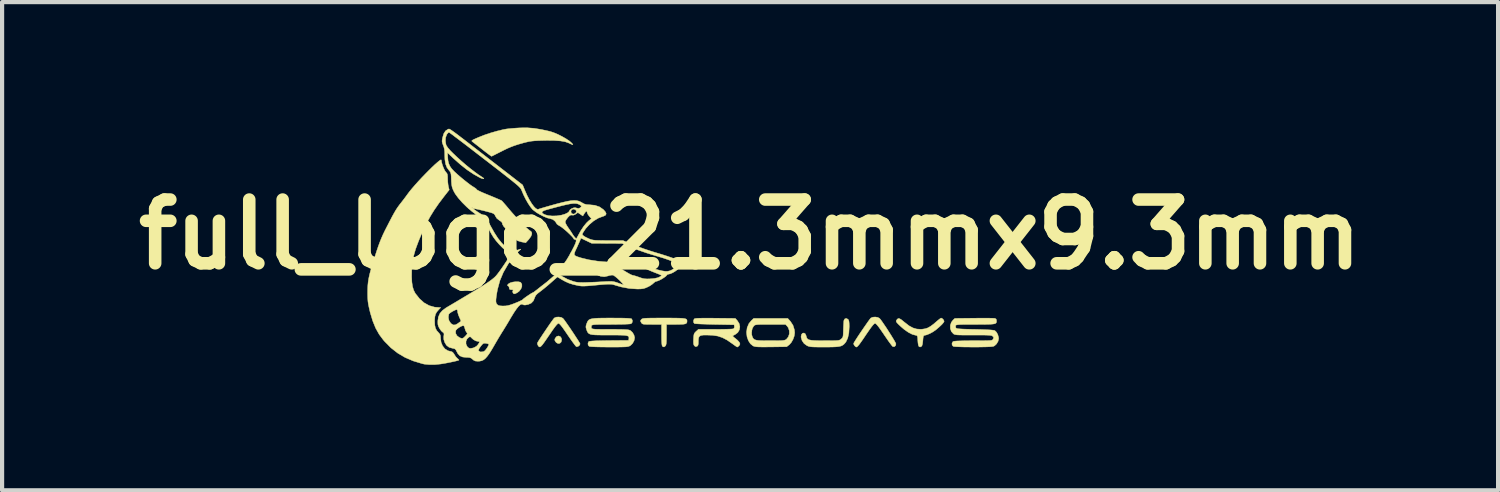
<source format=kicad_pcb>
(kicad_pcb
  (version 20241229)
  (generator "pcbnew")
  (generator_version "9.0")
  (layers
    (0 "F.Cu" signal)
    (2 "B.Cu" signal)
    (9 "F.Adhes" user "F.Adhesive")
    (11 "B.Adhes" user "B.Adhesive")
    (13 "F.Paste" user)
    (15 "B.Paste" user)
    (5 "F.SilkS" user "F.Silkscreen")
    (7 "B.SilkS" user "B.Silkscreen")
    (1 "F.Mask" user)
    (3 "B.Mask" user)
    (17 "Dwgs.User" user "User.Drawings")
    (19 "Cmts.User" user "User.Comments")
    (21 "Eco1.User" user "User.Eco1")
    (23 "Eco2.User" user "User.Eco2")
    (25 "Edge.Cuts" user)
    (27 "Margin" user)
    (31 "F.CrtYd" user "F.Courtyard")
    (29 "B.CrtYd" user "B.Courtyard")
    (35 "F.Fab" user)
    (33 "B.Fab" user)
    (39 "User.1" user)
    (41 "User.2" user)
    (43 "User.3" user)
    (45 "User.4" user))
  (footprint "full_logo_21.3mmx9.3mm"
    (layer "F.Cu")
    (at 14.884 2.556)
    (property "Reference" "full_logo_21.3mmx9.3mm" (at 0 0 0) (layer "F.SilkS") (effects (font (size 1.524 1.524) (thickness 0.3))))
    (attr through_hole)
    (fp_poly (pts (xy -4.539 2.441) (xy -4.512 2.478) (xy -4.504 2.521) (xy -4.517 2.572) (xy -4.548 2.602) (xy -4.59 2.608) (xy -4.632 2.586) (xy -4.651 2.563) (xy -4.67 2.528) (xy -4.667 2.499) (xy -4.655 2.475) (xy -4.62 2.436) (xy -4.578 2.426) (xy -4.539 2.441)) (stroke (width 0.01) (type solid)) (fill yes) (layer "F.SilkS"))
    (fp_poly (pts (xy -5.496 1.14) (xy -5.482 1.148) (xy -5.457 1.19) (xy -5.456 1.244) (xy -5.478 1.301) (xy -5.519 1.355) (xy -5.56 1.387) (xy -5.61 1.414) (xy -5.642 1.42) (xy -5.663 1.405) (xy -5.671 1.391) (xy -5.678 1.356) (xy -5.668 1.34) (xy -5.663 1.327) (xy -5.685 1.321) (xy -5.703 1.321) (xy -5.741 1.317) (xy -5.756 1.3) (xy -5.757 1.28) (xy -5.768 1.245) (xy -5.786 1.229) (xy -5.803 1.218) (xy -5.797 1.203) (xy -5.777 1.181) (xy -5.737 1.157) (xy -5.677 1.139) (xy -5.609 1.13) (xy -5.545 1.13) (xy -5.496 1.14)) (stroke (width 0.01) (type solid)) (fill yes) (layer "F.SilkS"))
    (fp_poly (pts (xy -1.907 1.998) (xy -1.787 1.999) (xy -1.693 2.001) (xy -1.623 2.004) (xy -1.573 2.01) (xy -1.54 2.018) (xy -1.521 2.028) (xy -1.511 2.043) (xy -1.507 2.061) (xy -1.507 2.074) (xy -1.51 2.103) (xy -1.523 2.124) (xy -1.55 2.138) (xy -1.597 2.146) (xy -1.667 2.149) (xy -1.766 2.151) (xy -1.773 2.151) (xy -1.998 2.151) (xy -1.998 2.395) (xy -1.999 2.495) (xy -2.001 2.567) (xy -2.005 2.615) (xy -2.013 2.646) (xy -2.023 2.664) (xy -2.025 2.666) (xy -2.056 2.689) (xy -2.081 2.685) (xy -2.096 2.672) (xy -2.106 2.648) (xy -2.112 2.594) (xy -2.116 2.51) (xy -2.117 2.401) (xy -2.117 2.151) (xy -2.345 2.151) (xy -2.437 2.15) (xy -2.501 2.149) (xy -2.543 2.146) (xy -2.569 2.139) (xy -2.585 2.129) (xy -2.598 2.113) (xy -2.601 2.108) (xy -2.619 2.075) (xy -2.616 2.053) (xy -2.599 2.032) (xy -2.589 2.022) (xy -2.575 2.015) (xy -2.554 2.009) (xy -2.523 2.005) (xy -2.476 2.002) (xy -2.41 2) (xy -2.323 1.999) (xy -2.209 1.998) (xy -2.065 1.998) (xy -2.058 1.998) (xy -1.907 1.998)) (stroke (width 0.01) (type solid)) (fill yes) (layer "F.SilkS"))
    (fp_poly (pts (xy -4.517 1.982) (xy -4.474 2.005) (xy -4.473 2.007) (xy -4.451 2.033) (xy -4.416 2.081) (xy -4.371 2.145) (xy -4.319 2.22) (xy -4.265 2.3) (xy -4.211 2.381) (xy -4.161 2.458) (xy -4.117 2.525) (xy -4.085 2.577) (xy -4.067 2.609) (xy -4.064 2.617) (xy -4.077 2.648) (xy -4.108 2.674) (xy -4.142 2.684) (xy -4.156 2.68) (xy -4.174 2.662) (xy -4.206 2.62) (xy -4.251 2.559) (xy -4.304 2.484) (xy -4.362 2.4) (xy -4.365 2.395) (xy -4.435 2.293) (xy -4.489 2.217) (xy -4.53 2.166) (xy -4.559 2.136) (xy -4.579 2.125) (xy -4.58 2.125) (xy -4.599 2.134) (xy -4.627 2.162) (xy -4.667 2.211) (xy -4.721 2.285) (xy -4.789 2.385) (xy -4.796 2.395) (xy -4.867 2.499) (xy -4.922 2.578) (xy -4.963 2.634) (xy -4.994 2.669) (xy -5.018 2.687) (xy -5.036 2.689) (xy -5.052 2.679) (xy -5.068 2.659) (xy -5.069 2.657) (xy -5.085 2.619) (xy -5.084 2.593) (xy -5.07 2.567) (xy -5.04 2.519) (xy -4.998 2.454) (xy -4.949 2.379) (xy -4.894 2.298) (xy -4.839 2.217) (xy -4.787 2.141) (xy -4.741 2.076) (xy -4.705 2.027) (xy -4.684 2) (xy -4.681 1.997) (xy -4.635 1.977) (xy -4.576 1.973) (xy -4.517 1.982)) (stroke (width 0.01) (type solid)) (fill yes) (layer "F.SilkS"))
    (fp_poly (pts (xy 3.052 1.982) (xy 3.096 2.006) (xy 3.097 2.007) (xy 3.124 2.039) (xy 3.162 2.092) (xy 3.209 2.161) (xy 3.262 2.239) (xy 3.315 2.322) (xy 3.367 2.404) (xy 3.414 2.48) (xy 3.452 2.544) (xy 3.478 2.592) (xy 3.488 2.617) (xy 3.488 2.618) (xy 3.477 2.659) (xy 3.449 2.683) (xy 3.415 2.681) (xy 3.412 2.68) (xy 3.394 2.662) (xy 3.362 2.62) (xy 3.317 2.559) (xy 3.264 2.483) (xy 3.206 2.399) (xy 3.204 2.395) (xy 3.134 2.293) (xy 3.08 2.217) (xy 3.039 2.166) (xy 3.01 2.136) (xy 2.99 2.125) (xy 2.989 2.125) (xy 2.97 2.134) (xy 2.942 2.161) (xy 2.902 2.211) (xy 2.85 2.283) (xy 2.781 2.383) (xy 2.773 2.395) (xy 2.705 2.496) (xy 2.652 2.572) (xy 2.612 2.627) (xy 2.582 2.662) (xy 2.561 2.683) (xy 2.544 2.691) (xy 2.538 2.692) (xy 2.521 2.681) (xy 2.498 2.659) (xy 2.479 2.626) (xy 2.478 2.601) (xy 2.492 2.575) (xy 2.522 2.527) (xy 2.563 2.463) (xy 2.613 2.387) (xy 2.668 2.306) (xy 2.724 2.224) (xy 2.777 2.148) (xy 2.823 2.082) (xy 2.86 2.031) (xy 2.883 2.002) (xy 2.887 1.998) (xy 2.933 1.978) (xy 2.993 1.973) (xy 3.052 1.982)) (stroke (width 0.01) (type solid)) (fill yes) (layer "F.SilkS"))
    (fp_poly (pts (xy 4.598 2.012) (xy 4.626 2.042) (xy 4.64 2.075) (xy 4.64 2.077) (xy 4.626 2.105) (xy 4.587 2.151) (xy 4.523 2.211) (xy 4.444 2.279) (xy 4.374 2.328) (xy 4.295 2.371) (xy 4.22 2.401) (xy 4.181 2.41) (xy 4.159 2.416) (xy 4.146 2.431) (xy 4.139 2.462) (xy 4.133 2.518) (xy 4.132 2.538) (xy 4.123 2.616) (xy 4.109 2.663) (xy 4.098 2.676) (xy 4.066 2.691) (xy 4.043 2.682) (xy 4.033 2.671) (xy 4.023 2.643) (xy 4.015 2.593) (xy 4.01 2.532) (xy 4.007 2.471) (xy 4.001 2.436) (xy 3.99 2.418) (xy 3.969 2.411) (xy 3.954 2.409) (xy 3.876 2.387) (xy 3.785 2.34) (xy 3.687 2.272) (xy 3.603 2.2) (xy 3.546 2.146) (xy 3.511 2.109) (xy 3.495 2.083) (xy 3.494 2.064) (xy 3.498 2.056) (xy 3.521 2.024) (xy 3.545 2.009) (xy 3.575 2.013) (xy 3.617 2.038) (xy 3.675 2.085) (xy 3.701 2.106) (xy 3.802 2.184) (xy 3.894 2.234) (xy 3.985 2.261) (xy 4.082 2.267) (xy 4.115 2.265) (xy 4.187 2.254) (xy 4.251 2.233) (xy 4.314 2.197) (xy 4.387 2.143) (xy 4.439 2.098) (xy 4.492 2.053) (xy 4.535 2.019) (xy 4.564 2) (xy 4.569 1.998) (xy 4.598 2.012)) (stroke (width 0.01) (type solid)) (fill yes) (layer "F.SilkS"))
    (fp_poly (pts (xy -5.164 -2.538) (xy -4.987 -2.509) (xy -4.789 -2.465) (xy -4.78 -2.463) (xy -4.695 -2.435) (xy -4.597 -2.394) (xy -4.496 -2.343) (xy -4.401 -2.289) (xy -4.322 -2.236) (xy -4.286 -2.206) (xy -4.248 -2.169) (xy -4.236 -2.149) (xy -4.25 -2.148) (xy -4.291 -2.165) (xy -4.343 -2.19) (xy -4.424 -2.218) (xy -4.537 -2.237) (xy -4.682 -2.247) (xy -4.86 -2.249) (xy -4.947 -2.247) (xy -5.061 -2.244) (xy -5.15 -2.239) (xy -5.222 -2.232) (xy -5.287 -2.222) (xy -5.352 -2.207) (xy -5.427 -2.188) (xy -5.429 -2.187) (xy -5.539 -2.156) (xy -5.631 -2.126) (xy -5.714 -2.095) (xy -5.799 -2.059) (xy -5.896 -2.012) (xy -5.981 -1.969) (xy -6.054 -1.932) (xy -6.115 -1.901) (xy -6.159 -1.879) (xy -6.18 -1.869) (xy -6.181 -1.869) (xy -6.196 -1.878) (xy -6.233 -1.904) (xy -6.287 -1.945) (xy -6.354 -1.996) (xy -6.392 -2.026) (xy -6.466 -2.084) (xy -6.534 -2.137) (xy -6.589 -2.18) (xy -6.625 -2.208) (xy -6.634 -2.215) (xy -6.65 -2.228) (xy -6.654 -2.239) (xy -6.644 -2.251) (xy -6.614 -2.268) (xy -6.562 -2.292) (xy -6.49 -2.323) (xy -6.354 -2.377) (xy -6.202 -2.428) (xy -6.049 -2.472) (xy -5.905 -2.507) (xy -5.825 -2.522) (xy -5.764 -2.529) (xy -5.68 -2.537) (xy -5.585 -2.544) (xy -5.495 -2.549) (xy -5.331 -2.551) (xy -5.164 -2.538)) (stroke (width 0.01) (type solid)) (fill yes) (layer "F.SilkS"))
    (fp_poly (pts (xy 2.339 2.026) (xy 2.355 2.045) (xy 2.364 2.074) (xy 2.369 2.12) (xy 2.371 2.192) (xy 2.371 2.209) (xy 2.362 2.356) (xy 2.336 2.475) (xy 2.293 2.567) (xy 2.274 2.592) (xy 2.245 2.624) (xy 2.214 2.648) (xy 2.178 2.666) (xy 2.13 2.678) (xy 2.067 2.686) (xy 1.983 2.69) (xy 1.873 2.692) (xy 1.774 2.692) (xy 1.656 2.692) (xy 1.567 2.691) (xy 1.501 2.689) (xy 1.452 2.685) (xy 1.416 2.678) (xy 1.388 2.67) (xy 1.36 2.657) (xy 1.358 2.656) (xy 1.291 2.607) (xy 1.243 2.538) (xy 1.22 2.46) (xy 1.219 2.441) (xy 1.23 2.39) (xy 1.256 2.361) (xy 1.289 2.356) (xy 1.32 2.375) (xy 1.34 2.42) (xy 1.349 2.457) (xy 1.363 2.486) (xy 1.385 2.507) (xy 1.42 2.521) (xy 1.472 2.531) (xy 1.545 2.536) (xy 1.643 2.539) (xy 1.771 2.54) (xy 1.781 2.54) (xy 1.899 2.54) (xy 1.987 2.539) (xy 2.052 2.537) (xy 2.097 2.534) (xy 2.128 2.529) (xy 2.149 2.521) (xy 2.166 2.51) (xy 2.179 2.499) (xy 2.2 2.48) (xy 2.214 2.459) (xy 2.223 2.43) (xy 2.227 2.386) (xy 2.23 2.318) (xy 2.231 2.275) (xy 2.234 2.196) (xy 2.238 2.126) (xy 2.241 2.076) (xy 2.244 2.055) (xy 2.265 2.018) (xy 2.3 2.007) (xy 2.339 2.026)) (stroke (width 0.01) (type solid)) (fill yes) (layer "F.SilkS"))
    (fp_poly (pts (xy 0.965 2.078) (xy 1.026 2.171) (xy 1.06 2.279) (xy 1.067 2.352) (xy 1.056 2.428) (xy 1.027 2.509) (xy 0.985 2.583) (xy 0.938 2.636) (xy 0.936 2.637) (xy 0.875 2.684) (xy 0.501 2.689) (xy 0.377 2.69) (xy 0.282 2.69) (xy 0.211 2.689) (xy 0.16 2.686) (xy 0.123 2.681) (xy 0.095 2.674) (xy 0.073 2.665) (xy 0.068 2.662) (xy 0.008 2.613) (xy -0.04 2.539) (xy -0.072 2.449) (xy -0.084 2.351) (xy -0.084 2.346) (xy -0.081 2.317) (xy 0.038 2.317) (xy 0.039 2.391) (xy 0.051 2.439) (xy 0.066 2.471) (xy 0.083 2.496) (xy 0.108 2.514) (xy 0.144 2.526) (xy 0.196 2.534) (xy 0.268 2.538) (xy 0.366 2.54) (xy 0.484 2.54) (xy 0.601 2.54) (xy 0.688 2.539) (xy 0.752 2.537) (xy 0.797 2.533) (xy 0.827 2.527) (xy 0.849 2.519) (xy 0.866 2.508) (xy 0.869 2.506) (xy 0.915 2.449) (xy 0.939 2.377) (xy 0.938 2.3) (xy 0.913 2.228) (xy 0.888 2.193) (xy 0.848 2.151) (xy 0.486 2.151) (xy 0.367 2.151) (xy 0.277 2.151) (xy 0.211 2.153) (xy 0.165 2.156) (xy 0.134 2.161) (xy 0.114 2.168) (xy 0.099 2.178) (xy 0.086 2.192) (xy 0.086 2.192) (xy 0.054 2.246) (xy 0.038 2.317) (xy -0.081 2.317) (xy -0.07 2.229) (xy -0.027 2.129) (xy 0.033 2.057) (xy 0.087 2.007) (xy 0.901 2.007) (xy 0.965 2.078)) (stroke (width 0.01) (type solid)) (fill yes) (layer "F.SilkS"))
    (fp_poly (pts (xy -0.84 2.002) (xy -0.83 2.002) (xy -0.353 2.007) (xy -0.304 2.061) (xy -0.26 2.131) (xy -0.244 2.207) (xy -0.256 2.28) (xy -0.293 2.344) (xy -0.353 2.39) (xy -0.391 2.41) (xy -0.414 2.424) (xy -0.416 2.425) (xy -0.408 2.438) (xy -0.379 2.465) (xy -0.349 2.488) (xy -0.302 2.527) (xy -0.266 2.566) (xy -0.253 2.584) (xy -0.241 2.618) (xy -0.252 2.646) (xy -0.262 2.658) (xy -0.289 2.684) (xy -0.305 2.692) (xy -0.323 2.683) (xy -0.361 2.657) (xy -0.411 2.621) (xy -0.426 2.61) (xy -0.547 2.526) (xy -0.659 2.467) (xy -0.772 2.429) (xy -0.898 2.41) (xy -1.033 2.405) (xy -1.119 2.406) (xy -1.176 2.415) (xy -1.211 2.435) (xy -1.229 2.469) (xy -1.236 2.523) (xy -1.236 2.558) (xy -1.238 2.617) (xy -1.246 2.652) (xy -1.263 2.671) (xy -1.269 2.675) (xy -1.302 2.682) (xy -1.33 2.664) (xy -1.344 2.642) (xy -1.352 2.609) (xy -1.354 2.556) (xy -1.352 2.502) (xy -1.348 2.433) (xy -1.341 2.389) (xy -1.329 2.359) (xy -1.307 2.334) (xy -1.291 2.318) (xy -1.236 2.269) (xy -0.825 2.269) (xy -0.71 2.268) (xy -0.605 2.266) (xy -0.516 2.264) (xy -0.447 2.261) (xy -0.404 2.257) (xy -0.392 2.254) (xy -0.377 2.228) (xy -0.375 2.199) (xy -0.381 2.159) (xy -0.847 2.151) (xy -0.97 2.148) (xy -1.082 2.144) (xy -1.179 2.141) (xy -1.256 2.137) (xy -1.309 2.133) (xy -1.333 2.129) (xy -1.333 2.128) (xy -1.351 2.1) (xy -1.352 2.058) (xy -1.337 2.022) (xy -1.331 2.016) (xy -1.312 2.01) (xy -1.271 2.005) (xy -1.206 2.002) (xy -1.114 2.001) (xy -0.992 2) (xy -0.84 2.002)) (stroke (width 0.01) (type solid)) (fill yes) (layer "F.SilkS"))
    (fp_poly (pts (xy 5.692 2.001) (xy 5.772 2.002) (xy 5.828 2.004) (xy 5.855 2.006) (xy 5.884 2.024) (xy 5.893 2.063) (xy 5.892 2.088) (xy 5.887 2.108) (xy 5.875 2.123) (xy 5.851 2.134) (xy 5.813 2.141) (xy 5.756 2.146) (xy 5.678 2.149) (xy 5.573 2.15) (xy 5.44 2.151) (xy 5.389 2.151) (xy 5.251 2.151) (xy 5.143 2.151) (xy 5.061 2.153) (xy 5.002 2.155) (xy 4.961 2.159) (xy 4.936 2.163) (xy 4.922 2.17) (xy 4.916 2.178) (xy 4.916 2.178) (xy 4.915 2.215) (xy 4.922 2.233) (xy 4.932 2.242) (xy 4.95 2.249) (xy 4.98 2.254) (xy 5.027 2.258) (xy 5.095 2.262) (xy 5.187 2.265) (xy 5.307 2.268) (xy 5.378 2.269) (xy 5.537 2.273) (xy 5.662 2.278) (xy 5.756 2.283) (xy 5.818 2.29) (xy 5.851 2.297) (xy 5.852 2.298) (xy 5.891 2.336) (xy 5.923 2.394) (xy 5.941 2.46) (xy 5.944 2.491) (xy 5.93 2.554) (xy 5.894 2.616) (xy 5.845 2.662) (xy 5.818 2.675) (xy 5.787 2.68) (xy 5.727 2.685) (xy 5.647 2.688) (xy 5.55 2.69) (xy 5.442 2.692) (xy 5.33 2.692) (xy 5.217 2.691) (xy 5.111 2.69) (xy 5.016 2.687) (xy 4.938 2.684) (xy 4.883 2.68) (xy 4.856 2.674) (xy 4.856 2.674) (xy 4.831 2.643) (xy 4.828 2.602) (xy 4.847 2.566) (xy 4.859 2.558) (xy 4.886 2.552) (xy 4.945 2.547) (xy 5.033 2.544) (xy 5.145 2.541) (xy 5.281 2.54) (xy 5.341 2.54) (xy 5.476 2.54) (xy 5.581 2.539) (xy 5.66 2.538) (xy 5.718 2.536) (xy 5.757 2.533) (xy 5.782 2.528) (xy 5.796 2.521) (xy 5.805 2.512) (xy 5.808 2.507) (xy 5.823 2.475) (xy 5.819 2.453) (xy 5.798 2.431) (xy 5.786 2.422) (xy 5.766 2.416) (xy 5.733 2.411) (xy 5.685 2.408) (xy 5.617 2.406) (xy 5.525 2.405) (xy 5.404 2.405) (xy 5.338 2.405) (xy 5.205 2.405) (xy 5.101 2.405) (xy 5.023 2.404) (xy 4.965 2.402) (xy 4.925 2.398) (xy 4.897 2.392) (xy 4.877 2.385) (xy 4.862 2.375) (xy 4.861 2.374) (xy 4.812 2.319) (xy 4.788 2.248) (xy 4.788 2.172) (xy 4.813 2.099) (xy 4.852 2.048) (xy 4.896 2.007) (xy 5.356 2.002) (xy 5.48 2.001) (xy 5.593 2) (xy 5.692 2.001)) (stroke (width 0.01) (type solid)) (fill yes) (layer "F.SilkS"))
    (fp_poly (pts (xy -3.157 1.999) (xy -3.039 2) (xy -2.95 2.003) (xy -2.887 2.007) (xy -2.848 2.012) (xy -2.831 2.018) (xy -2.813 2.057) (xy -2.817 2.1) (xy -2.841 2.132) (xy -2.844 2.133) (xy -2.871 2.139) (xy -2.93 2.143) (xy -3.017 2.147) (xy -3.13 2.149) (xy -3.266 2.15) (xy -3.326 2.151) (xy -3.461 2.151) (xy -3.567 2.151) (xy -3.647 2.153) (xy -3.704 2.155) (xy -3.743 2.159) (xy -3.768 2.164) (xy -3.782 2.17) (xy -3.79 2.179) (xy -3.791 2.181) (xy -3.797 2.224) (xy -3.791 2.24) (xy -3.783 2.249) (xy -3.769 2.256) (xy -3.744 2.261) (xy -3.705 2.265) (xy -3.647 2.267) (xy -3.566 2.268) (xy -3.46 2.269) (xy -3.342 2.269) (xy -3.207 2.269) (xy -3.101 2.27) (xy -3.021 2.272) (xy -2.962 2.275) (xy -2.92 2.279) (xy -2.89 2.285) (xy -2.869 2.293) (xy -2.86 2.298) (xy -2.812 2.342) (xy -2.776 2.403) (xy -2.76 2.466) (xy -2.76 2.471) (xy -2.774 2.541) (xy -2.811 2.607) (xy -2.863 2.657) (xy -2.865 2.658) (xy -2.884 2.668) (xy -2.905 2.676) (xy -2.933 2.682) (xy -2.972 2.687) (xy -3.027 2.689) (xy -3.101 2.691) (xy -3.199 2.692) (xy -3.325 2.692) (xy -3.37 2.692) (xy -3.51 2.691) (xy -3.631 2.689) (xy -3.728 2.686) (xy -3.798 2.682) (xy -3.84 2.677) (xy -3.848 2.674) (xy -3.872 2.643) (xy -3.876 2.601) (xy -3.86 2.564) (xy -3.855 2.559) (xy -3.83 2.553) (xy -3.77 2.547) (xy -3.678 2.542) (xy -3.552 2.539) (xy -3.393 2.536) (xy -3.368 2.536) (xy -2.904 2.532) (xy -2.898 2.49) (xy -2.897 2.465) (xy -2.902 2.445) (xy -2.918 2.43) (xy -2.947 2.42) (xy -2.994 2.412) (xy -3.063 2.408) (xy -3.155 2.406) (xy -3.276 2.405) (xy -3.377 2.405) (xy -3.518 2.405) (xy -3.629 2.404) (xy -3.714 2.401) (xy -3.778 2.395) (xy -3.824 2.384) (xy -3.856 2.368) (xy -3.878 2.346) (xy -3.894 2.317) (xy -3.909 2.279) (xy -3.91 2.274) (xy -3.924 2.227) (xy -3.924 2.189) (xy -3.911 2.143) (xy -3.905 2.129) (xy -3.891 2.093) (xy -3.874 2.064) (xy -3.852 2.042) (xy -3.82 2.025) (xy -3.775 2.014) (xy -3.714 2.006) (xy -3.632 2.001) (xy -3.525 1.999) (xy -3.39 1.998) (xy -3.307 1.998) (xy -3.157 1.999)) (stroke (width 0.01) (type solid)) (fill yes) (layer "F.SilkS"))
    (fp_poly (pts (xy -7.383 -1.781) (xy -7.376 -1.729) (xy -7.357 -1.662) (xy -7.331 -1.593) (xy -7.302 -1.532) (xy -7.275 -1.493) (xy -7.273 -1.49) (xy -7.25 -1.465) (xy -7.237 -1.435) (xy -7.232 -1.391) (xy -7.231 -1.334) (xy -7.228 -1.26) (xy -7.22 -1.188) (xy -7.212 -1.142) (xy -7.193 -1.067) (xy -7.309 -0.919) (xy -7.438 -0.749) (xy -7.549 -0.589) (xy -7.647 -0.431) (xy -7.737 -0.266) (xy -7.822 -0.087) (xy -7.909 0.116) (xy -7.933 0.176) (xy -7.998 0.351) (xy -8.043 0.51) (xy -8.073 0.663) (xy -8.088 0.82) (xy -8.09 0.855) (xy -8.092 1.01) (xy -8.086 1.138) (xy -8.071 1.242) (xy -8.045 1.329) (xy -8.008 1.402) (xy -8 1.414) (xy -7.902 1.538) (xy -7.792 1.635) (xy -7.672 1.701) (xy -7.546 1.737) (xy -7.504 1.741) (xy -7.397 1.748) (xy -7.447 1.801) (xy -7.493 1.855) (xy -7.521 1.907) (xy -7.536 1.967) (xy -7.542 2.047) (xy -7.542 2.074) (xy -7.538 2.169) (xy -7.522 2.241) (xy -7.492 2.299) (xy -7.444 2.352) (xy -7.417 2.384) (xy -7.404 2.421) (xy -7.4 2.476) (xy -7.4 2.484) (xy -7.387 2.581) (xy -7.351 2.666) (xy -7.297 2.734) (xy -7.229 2.778) (xy -7.198 2.787) (xy -7.155 2.797) (xy -7.129 2.804) (xy -7.105 2.822) (xy -7.077 2.859) (xy -7.07 2.872) (xy -7.039 2.92) (xy -7.004 2.959) (xy -6.998 2.963) (xy -6.971 2.988) (xy -6.96 3.003) (xy -6.975 3.01) (xy -7.018 3.022) (xy -7.08 3.037) (xy -7.156 3.053) (xy -7.239 3.07) (xy -7.322 3.085) (xy -7.396 3.097) (xy -7.534 3.111) (xy -7.667 3.112) (xy -7.785 3.101) (xy -7.832 3.091) (xy -8.054 3.024) (xy -8.25 2.94) (xy -8.426 2.836) (xy -8.587 2.71) (xy -8.738 2.557) (xy -8.767 2.524) (xy -8.868 2.389) (xy -8.952 2.239) (xy -9.022 2.067) (xy -9.082 1.868) (xy -9.086 1.851) (xy -9.11 1.748) (xy -9.127 1.667) (xy -9.137 1.594) (xy -9.142 1.518) (xy -9.144 1.427) (xy -9.144 1.394) (xy -9.143 1.3) (xy -9.139 1.215) (xy -9.131 1.135) (xy -9.118 1.053) (xy -9.099 0.965) (xy -9.073 0.863) (xy -9.038 0.744) (xy -8.994 0.602) (xy -8.966 0.515) (xy -8.921 0.377) (xy -8.882 0.263) (xy -8.846 0.167) (xy -8.81 0.079) (xy -8.771 -0.009) (xy -8.725 -0.104) (xy -8.674 -0.203) (xy -8.61 -0.327) (xy -8.559 -0.425) (xy -8.516 -0.503) (xy -8.48 -0.566) (xy -8.447 -0.618) (xy -8.414 -0.666) (xy -8.379 -0.714) (xy -8.341 -0.762) (xy -8.289 -0.829) (xy -8.234 -0.902) (xy -8.189 -0.964) (xy -8.188 -0.965) (xy -8.14 -1.029) (xy -8.079 -1.103) (xy -8.008 -1.185) (xy -7.929 -1.273) (xy -7.846 -1.362) (xy -7.761 -1.45) (xy -7.678 -1.534) (xy -7.6 -1.611) (xy -7.53 -1.677) (xy -7.469 -1.73) (xy -7.423 -1.767) (xy -7.393 -1.785) (xy -7.383 -1.781)) (stroke (width 0.01) (type solid)) (fill yes) (layer "F.SilkS"))
    (fp_poly (pts (xy -7.195 -2.522) (xy -7.182 -2.517) (xy -7.163 -2.506) (xy -7.137 -2.489) (xy -7.101 -2.464) (xy -7.054 -2.43) (xy -6.993 -2.385) (xy -6.918 -2.327) (xy -6.826 -2.257) (xy -6.716 -2.172) (xy -6.586 -2.071) (xy -6.433 -1.953) (xy -6.256 -1.816) (xy -6.135 -1.723) (xy -5.438 -1.184) (xy -5.384 -1.053) (xy -5.332 -0.935) (xy -5.277 -0.829) (xy -5.222 -0.739) (xy -5.17 -0.669) (xy -5.124 -0.622) (xy -5.084 -0.601) (xy -5.065 -0.602) (xy -5.04 -0.611) (xy -4.989 -0.627) (xy -4.917 -0.648) (xy -4.831 -0.673) (xy -4.775 -0.689) (xy -4.613 -0.734) (xy -4.479 -0.768) (xy -4.37 -0.793) (xy -4.281 -0.808) (xy -4.209 -0.813) (xy -4.149 -0.81) (xy -4.098 -0.798) (xy -4.051 -0.778) (xy -4.024 -0.762) (xy -3.965 -0.73) (xy -3.91 -0.715) (xy -3.846 -0.711) (xy -3.713 -0.698) (xy -3.6 -0.66) (xy -3.51 -0.597) (xy -3.503 -0.591) (xy -3.456 -0.536) (xy -3.44 -0.494) (xy -3.454 -0.462) (xy -3.5 -0.438) (xy -3.527 -0.43) (xy -3.633 -0.389) (xy -3.741 -0.323) (xy -3.843 -0.237) (xy -3.932 -0.139) (xy -3.997 -0.041) (xy -4.011 -0.008) (xy -4.003 0.014) (xy -3.979 0.035) (xy -3.94 0.06) (xy -3.883 0.088) (xy -3.844 0.106) (xy -3.81 0.119) (xy -3.777 0.128) (xy -3.739 0.135) (xy -3.691 0.14) (xy -3.627 0.142) (xy -3.541 0.144) (xy -3.429 0.145) (xy -3.395 0.145) (xy -3.04 0.145) (xy -2.786 0.25) (xy -2.67 0.295) (xy -2.538 0.343) (xy -2.404 0.388) (xy -2.283 0.426) (xy -2.269 0.43) (xy -2.116 0.476) (xy -1.982 0.519) (xy -1.868 0.558) (xy -1.779 0.592) (xy -1.717 0.621) (xy -1.689 0.639) (xy -1.663 0.683) (xy -1.666 0.739) (xy -1.695 0.798) (xy -1.733 0.837) (xy -1.788 0.878) (xy -1.85 0.915) (xy -1.907 0.94) (xy -1.944 0.948) (xy -1.978 0.958) (xy -1.992 0.974) (xy -2.013 0.997) (xy -2.055 1.029) (xy -2.108 1.063) (xy -2.163 1.092) (xy -2.21 1.112) (xy -2.233 1.118) (xy -2.269 1.13) (xy -2.305 1.16) (xy -2.307 1.162) (xy -2.343 1.193) (xy -2.397 1.229) (xy -2.447 1.255) (xy -2.504 1.28) (xy -2.555 1.295) (xy -2.613 1.302) (xy -2.69 1.304) (xy -2.695 1.304) (xy -2.887 1.291) (xy -3.084 1.254) (xy -3.209 1.218) (xy -3.246 1.206) (xy -3.278 1.197) (xy -3.312 1.191) (xy -3.352 1.189) (xy -3.403 1.189) (xy -3.469 1.193) (xy -3.556 1.2) (xy -3.667 1.21) (xy -3.781 1.221) (xy -3.888 1.23) (xy -3.969 1.234) (xy -4.033 1.233) (xy -4.087 1.227) (xy -4.113 1.222) (xy -4.232 1.195) (xy -4.329 1.164) (xy -4.415 1.126) (xy -4.492 1.084) (xy -4.606 1.015) (xy -4.763 1.153) (xy -4.836 1.217) (xy -4.912 1.28) (xy -4.982 1.336) (xy -5.025 1.369) (xy -5.086 1.416) (xy -5.123 1.456) (xy -5.144 1.495) (xy -5.148 1.508) (xy -5.181 1.588) (xy -5.232 1.641) (xy -5.306 1.674) (xy -5.317 1.676) (xy -5.374 1.687) (xy -5.409 1.686) (xy -5.426 1.677) (xy -5.455 1.666) (xy -5.49 1.677) (xy -5.532 1.713) (xy -5.582 1.775) (xy -5.643 1.864) (xy -5.716 1.983) (xy -5.725 1.998) (xy -5.777 2.087) (xy -5.831 2.177) (xy -5.881 2.258) (xy -5.92 2.322) (xy -5.925 2.328) (xy -5.967 2.397) (xy -6.018 2.481) (xy -6.069 2.568) (xy -6.092 2.608) (xy -6.165 2.734) (xy -6.226 2.833) (xy -6.279 2.907) (xy -6.326 2.961) (xy -6.37 2.997) (xy -6.416 3.019) (xy -6.465 3.029) (xy -6.51 3.031) (xy -6.568 3.026) (xy -6.609 3.007) (xy -6.634 2.985) (xy -6.666 2.959) (xy -6.7 2.945) (xy -6.75 2.939) (xy -6.783 2.939) (xy -6.872 2.93) (xy -6.938 2.902) (xy -6.986 2.851) (xy -7.012 2.803) (xy -7.035 2.758) (xy -7.036 2.757) (xy -6.493 2.757) (xy -6.491 2.778) (xy -6.485 2.786) (xy -6.446 2.809) (xy -6.387 2.804) (xy -6.363 2.796) (xy -6.338 2.777) (xy -6.308 2.741) (xy -6.279 2.698) (xy -6.256 2.657) (xy -6.247 2.627) (xy -6.249 2.619) (xy -6.269 2.613) (xy -6.31 2.604) (xy -6.318 2.603) (xy -6.353 2.6) (xy -6.379 2.607) (xy -6.406 2.631) (xy -6.443 2.677) (xy -6.443 2.677) (xy -6.477 2.726) (xy -6.493 2.757) (xy -7.036 2.757) (xy -7.061 2.734) (xy -7.1 2.723) (xy -7.112 2.722) (xy -7.196 2.698) (xy -7.257 2.652) (xy -7.301 2.58) (xy -7.309 2.555) (xy -6.792 2.555) (xy -6.792 2.62) (xy -6.764 2.68) (xy -6.754 2.691) (xy -6.724 2.716) (xy -6.689 2.725) (xy -6.639 2.717) (xy -6.605 2.708) (xy -6.543 2.674) (xy -6.506 2.635) (xy -6.478 2.591) (xy -6.471 2.567) (xy -6.485 2.558) (xy -6.503 2.557) (xy -6.557 2.545) (xy -6.614 2.514) (xy -6.658 2.475) (xy -6.661 2.471) (xy -6.685 2.447) (xy -6.713 2.45) (xy -6.719 2.453) (xy -6.767 2.497) (xy -6.792 2.555) (xy -7.309 2.555) (xy -7.323 2.511) (xy -7.325 2.444) (xy -7.323 2.431) (xy -7.318 2.383) (xy -7.322 2.364) (xy -7.039 2.364) (xy -7.009 2.42) (xy -6.96 2.458) (xy -6.912 2.481) (xy -6.879 2.485) (xy -6.847 2.469) (xy -6.808 2.43) (xy -6.774 2.394) (xy -6.762 2.371) (xy -6.768 2.353) (xy -6.779 2.34) (xy -6.802 2.302) (xy -6.818 2.252) (xy -6.818 2.251) (xy -6.83 2.209) (xy -6.845 2.183) (xy -6.846 2.182) (xy -6.873 2.182) (xy -6.915 2.199) (xy -6.962 2.226) (xy -7.005 2.259) (xy -7.033 2.29) (xy -7.039 2.301) (xy -7.039 2.364) (xy -7.322 2.364) (xy -7.324 2.356) (xy -7.345 2.339) (xy -7.347 2.338) (xy -7.376 2.313) (xy -7.41 2.27) (xy -7.427 2.243) (xy -7.452 2.194) (xy -7.464 2.15) (xy -7.466 2.097) (xy -7.465 2.057) (xy -7.452 1.981) (xy -7.215 1.981) (xy -7.199 2.057) (xy -7.157 2.122) (xy -7.14 2.137) (xy -7.094 2.163) (xy -7.046 2.161) (xy -6.99 2.131) (xy -6.978 2.122) (xy -6.941 2.094) (xy -6.917 2.077) (xy -6.913 2.074) (xy -6.917 2.058) (xy -6.932 2.021) (xy -6.951 1.979) (xy -6.974 1.921) (xy -6.99 1.868) (xy -6.993 1.841) (xy -6.999 1.808) (xy -7.011 1.795) (xy -7.043 1.804) (xy -7.089 1.825) (xy -7.138 1.853) (xy -7.18 1.882) (xy -7.202 1.904) (xy -7.203 1.906) (xy -7.215 1.981) (xy -7.452 1.981) (xy -7.449 1.964) (xy -7.415 1.887) (xy -7.356 1.819) (xy -7.269 1.754) (xy -7.239 1.736) (xy -7.033 1.614) (xy -6.854 1.507) (xy -6.7 1.415) (xy -6.569 1.336) (xy -6.458 1.268) (xy -6.365 1.21) (xy -6.289 1.16) (xy -6.226 1.117) (xy -6.176 1.08) (xy -6.135 1.047) (xy -6.101 1.017) (xy -6.073 0.988) (xy -6.048 0.958) (xy -6.024 0.927) (xy -6.022 0.924) (xy -5.976 0.862) (xy -5.926 0.791) (xy -5.874 0.715) (xy -5.825 0.641) (xy -5.781 0.574) (xy -5.748 0.52) (xy -5.728 0.485) (xy -5.723 0.474) (xy -5.737 0.458) (xy -5.771 0.433) (xy -5.797 0.417) (xy -5.855 0.375) (xy -5.925 0.312) (xy -5.999 0.236) (xy -6.07 0.154) (xy -6.13 0.074) (xy -6.145 0.051) (xy -6.18 -0.007) (xy -6.223 -0.084) (xy -6.266 -0.165) (xy -6.282 -0.197) (xy -6.326 -0.28) (xy -6.363 -0.337) (xy -6.397 -0.372) (xy -6.413 -0.383) (xy -6.533 -0.461) (xy -6.655 -0.555) (xy -6.748 -0.635) (xy -6.655 -0.635) (xy -6.646 -0.627) (xy -6.638 -0.635) (xy -6.646 -0.643) (xy -6.655 -0.635) (xy -6.748 -0.635) (xy -6.774 -0.658) (xy -6.882 -0.765) (xy -6.976 -0.872) (xy -7.049 -0.971) (xy -7.082 -1.03) (xy -7.108 -1.086) (xy -7.125 -1.136) (xy -7.135 -1.19) (xy -7.141 -1.259) (xy -7.143 -1.311) (xy -7.146 -1.39) (xy -7.151 -1.443) (xy -7.16 -1.478) (xy -7.174 -1.504) (xy -7.195 -1.53) (xy -7.198 -1.533) (xy -7.248 -1.601) (xy -7.28 -1.686) (xy -7.297 -1.793) (xy -7.3 -1.888) (xy -7.302 -1.977) (xy -7.309 -2.044) (xy -7.325 -2.102) (xy -7.336 -2.13) (xy -7.357 -2.186) (xy -7.364 -2.229) (xy -7.364 -2.234) (xy -7.285 -2.234) (xy -7.271 -2.151) (xy -7.257 -2.119) (xy -7.224 -2.071) (xy -7.168 -2.006) (xy -7.092 -1.93) (xy -7.002 -1.845) (xy -6.902 -1.755) (xy -6.797 -1.664) (xy -6.689 -1.576) (xy -6.584 -1.495) (xy -6.487 -1.424) (xy -6.4 -1.367) (xy -6.39 -1.361) (xy -6.365 -1.341) (xy -6.367 -1.331) (xy -6.389 -1.332) (xy -6.426 -1.343) (xy -6.454 -1.355) (xy -6.612 -1.443) (xy -6.767 -1.547) (xy -6.925 -1.672) (xy -7.093 -1.821) (xy -7.11 -1.837) (xy -7.235 -1.956) (xy -7.228 -1.837) (xy -7.221 -1.761) (xy -7.205 -1.696) (xy -7.179 -1.636) (xy -7.138 -1.576) (xy -7.079 -1.512) (xy -6.998 -1.437) (xy -6.916 -1.366) (xy -6.837 -1.301) (xy -6.76 -1.24) (xy -6.692 -1.188) (xy -6.639 -1.151) (xy -6.617 -1.138) (xy -6.572 -1.109) (xy -6.543 -1.085) (xy -6.536 -1.073) (xy -6.521 -1.062) (xy -6.48 -1.04) (xy -6.416 -1.01) (xy -6.336 -0.976) (xy -6.248 -0.94) (xy -6.155 -0.902) (xy -6.072 -0.867) (xy -6.004 -0.838) (xy -5.957 -0.817) (xy -5.937 -0.806) (xy -5.918 -0.786) (xy -5.883 -0.746) (xy -5.835 -0.691) (xy -5.781 -0.627) (xy -5.774 -0.618) (xy -5.7 -0.531) (xy -5.62 -0.442) (xy -5.539 -0.354) (xy -5.46 -0.272) (xy -5.388 -0.2) (xy -5.327 -0.143) (xy -5.281 -0.104) (xy -5.262 -0.091) (xy -5.224 -0.058) (xy -5.217 -0.013) (xy -5.239 0.046) (xy -5.291 0.117) (xy -5.311 0.14) (xy -5.364 0.198) (xy -5.469 0.177) (xy -5.556 0.151) (xy -5.618 0.111) (xy -5.662 0.053) (xy -5.683 0.006) (xy -5.71 -0.047) (xy -5.75 -0.084) (xy -5.784 -0.102) (xy -5.84 -0.14) (xy -5.888 -0.189) (xy -5.919 -0.241) (xy -5.927 -0.276) (xy -5.941 -0.299) (xy -5.975 -0.325) (xy -5.99 -0.334) (xy -6.055 -0.385) (xy -6.086 -0.434) (xy -6.103 -0.468) (xy -6.123 -0.491) (xy -6.153 -0.508) (xy -6.202 -0.524) (xy -6.255 -0.539) (xy -6.347 -0.563) (xy -6.435 -0.584) (xy -6.512 -0.602) (xy -6.572 -0.614) (xy -6.609 -0.619) (xy -6.618 -0.618) (xy -6.608 -0.607) (xy -6.577 -0.583) (xy -6.532 -0.551) (xy -6.48 -0.517) (xy -6.429 -0.485) (xy -6.387 -0.461) (xy -6.375 -0.456) (xy -6.351 -0.439) (xy -6.324 -0.409) (xy -6.292 -0.36) (xy -6.251 -0.29) (xy -6.211 -0.214) (xy -6.117 -0.046) (xy -6.028 0.092) (xy -5.938 0.204) (xy -5.847 0.293) (xy -5.761 0.356) (xy -5.714 0.382) (xy -5.669 0.392) (xy -5.616 0.388) (xy -5.547 0.369) (xy -5.51 0.356) (xy -5.486 0.349) (xy -5.483 0.354) (xy -5.503 0.374) (xy -5.537 0.404) (xy -5.58 0.441) (xy -5.613 0.472) (xy -5.64 0.501) (xy -5.669 0.537) (xy -5.702 0.584) (xy -5.745 0.649) (xy -5.786 0.711) (xy -5.899 0.906) (xy -5.982 1.104) (xy -6.039 1.315) (xy -6.054 1.397) (xy -6.069 1.493) (xy -6.076 1.561) (xy -6.076 1.609) (xy -6.069 1.642) (xy -6.054 1.667) (xy -6.045 1.676) (xy -6.018 1.696) (xy -5.98 1.706) (xy -5.92 1.71) (xy -5.899 1.71) (xy -5.84 1.708) (xy -5.782 1.698) (xy -5.718 1.68) (xy -5.636 1.65) (xy -5.612 1.64) (xy -5.541 1.611) (xy -5.484 1.585) (xy -5.447 1.566) (xy -5.436 1.556) (xy -5.423 1.543) (xy -5.389 1.517) (xy -5.342 1.483) (xy -5.291 1.449) (xy -5.243 1.417) (xy -5.206 1.396) (xy -5.189 1.389) (xy -5.172 1.379) (xy -5.136 1.352) (xy -5.086 1.314) (xy -5.058 1.291) (xy -4.992 1.239) (xy -4.926 1.188) (xy -4.872 1.146) (xy -4.86 1.137) (xy -4.687 0.988) (xy -4.663 0.961) (xy -4.555 0.961) (xy -4.491 1.003) (xy -4.361 1.073) (xy -4.218 1.125) (xy -4.177 1.135) (xy -4.144 1.141) (xy -4.104 1.146) (xy -4.055 1.148) (xy -3.992 1.149) (xy -3.912 1.147) (xy -3.811 1.143) (xy -3.685 1.138) (xy -3.531 1.13) (xy -3.446 1.125) (xy -3.363 1.122) (xy -3.303 1.123) (xy -3.252 1.13) (xy -3.2 1.144) (xy -3.158 1.159) (xy -3.099 1.18) (xy -3.052 1.195) (xy -3.028 1.202) (xy -3.026 1.202) (xy -3.032 1.191) (xy -3.057 1.162) (xy -3.097 1.12) (xy -3.125 1.092) (xy -3.179 1.042) (xy -3.228 1.002) (xy -3.266 0.977) (xy -3.277 0.972) (xy -3.317 0.972) (xy -3.371 0.983) (xy -3.394 0.991) (xy -3.485 1.01) (xy -3.574 1) (xy -3.636 0.972) (xy -3.678 0.957) (xy -3.738 0.956) (xy -3.764 0.959) (xy -3.83 0.962) (xy -3.881 0.952) (xy -3.924 0.934) (xy -3.968 0.909) (xy -3.999 0.887) (xy -4.005 0.881) (xy -4.026 0.871) (xy -4.07 0.865) (xy -4.112 0.864) (xy -4.208 0.851) (xy -4.292 0.815) (xy -4.349 0.765) (xy -4.359 0.753) (xy -4.368 0.748) (xy -4.381 0.754) (xy -4.401 0.774) (xy -4.434 0.812) (xy -4.482 0.872) (xy -4.505 0.9) (xy -4.555 0.961) (xy -4.663 0.961) (xy -4.527 0.809) (xy -4.384 0.606) (xy -4.321 0.5) (xy -4.298 0.456) (xy -4.202 0.456) (xy -4.199 0.489) (xy -4.174 0.513) (xy -4.123 0.534) (xy -4.044 0.559) (xy -4.041 0.56) (xy -3.853 0.606) (xy -3.642 0.639) (xy -3.497 0.652) (xy -3.327 0.663) (xy -3.091 0.817) (xy -3.009 0.869) (xy -2.934 0.914) (xy -2.872 0.949) (xy -2.828 0.97) (xy -2.812 0.975) (xy -2.775 0.983) (xy -2.718 1) (xy -2.654 1.022) (xy -2.65 1.024) (xy -2.582 1.047) (xy -2.525 1.059) (xy -2.462 1.063) (xy -2.388 1.061) (xy -2.286 1.051) (xy -2.208 1.034) (xy -2.18 1.023) (xy -2.141 1.002) (xy -2.119 0.986) (xy -2.117 0.982) (xy -2.131 0.972) (xy -2.171 0.953) (xy -2.229 0.93) (xy -2.265 0.916) (xy -2.355 0.88) (xy -2.451 0.838) (xy -2.544 0.794) (xy -2.628 0.752) (xy -2.694 0.715) (xy -2.729 0.691) (xy -2.728 0.686) (xy -2.697 0.692) (xy -2.639 0.708) (xy -2.556 0.733) (xy -2.452 0.767) (xy -2.441 0.771) (xy -2.303 0.816) (xy -2.191 0.849) (xy -2.102 0.87) (xy -2.031 0.881) (xy -1.973 0.881) (xy -1.922 0.87) (xy -1.876 0.85) (xy -1.84 0.828) (xy -1.781 0.783) (xy -1.744 0.741) (xy -1.732 0.708) (xy -1.738 0.694) (xy -1.765 0.679) (xy -1.818 0.656) (xy -1.89 0.628) (xy -1.976 0.597) (xy -2.069 0.565) (xy -2.164 0.536) (xy -2.252 0.51) (xy -2.252 0.51) (xy -2.478 0.441) (xy -2.701 0.363) (xy -2.907 0.281) (xy -2.919 0.275) (xy -3.056 0.215) (xy -3.421 0.213) (xy -3.785 0.212) (xy -3.914 0.15) (xy -4.044 0.088) (xy -4.065 0.141) (xy -4.082 0.181) (xy -4.109 0.24) (xy -4.14 0.31) (xy -4.153 0.337) (xy -4.186 0.408) (xy -4.202 0.456) (xy -4.298 0.456) (xy -4.257 0.382) (xy -4.21 0.29) (xy -4.178 0.221) (xy -4.161 0.172) (xy -4.159 0.141) (xy -4.169 0.124) (xy -4.191 0.119) (xy -4.192 0.119) (xy -4.214 0.11) (xy -4.216 0.103) (xy -4.229 0.081) (xy -4.261 0.044) (xy -4.309 -0.004) (xy -4.365 -0.057) (xy -4.423 -0.108) (xy -4.479 -0.154) (xy -4.525 -0.188) (xy -4.542 -0.198) (xy -4.587 -0.225) (xy -4.616 -0.247) (xy -4.623 -0.255) (xy -4.633 -0.276) (xy -4.649 -0.298) (xy -4.42 -0.298) (xy -4.41 -0.265) (xy -4.384 -0.216) (xy -4.348 -0.161) (xy -4.345 -0.157) (xy -4.306 -0.101) (xy -4.272 -0.051) (xy -4.251 -0.016) (xy -4.25 -0.015) (xy -4.229 0.018) (xy -4.201 0.056) (xy -4.173 0.087) (xy -4.155 0.101) (xy -4.154 0.102) (xy -4.145 0.088) (xy -4.125 0.052) (xy -4.104 0.013) (xy -4.044 -0.095) (xy -3.978 -0.194) (xy -3.912 -0.275) (xy -3.861 -0.324) (xy -3.794 -0.378) (xy -3.844 -0.435) (xy -3.875 -0.477) (xy -3.893 -0.515) (xy -3.895 -0.526) (xy -3.901 -0.554) (xy -3.92 -0.553) (xy -3.948 -0.522) (xy -3.962 -0.501) (xy -3.998 -0.442) (xy -4.058 -0.483) (xy -4.118 -0.524) (xy -4.166 -0.488) (xy -4.219 -0.462) (xy -4.256 -0.463) (xy -4.285 -0.465) (xy -4.315 -0.449) (xy -4.354 -0.411) (xy -4.358 -0.406) (xy -4.394 -0.359) (xy -4.416 -0.316) (xy -4.42 -0.298) (xy -4.649 -0.298) (xy -4.657 -0.309) (xy -4.665 -0.318) (xy -4.715 -0.359) (xy -4.778 -0.378) (xy -4.85 -0.396) (xy -4.937 -0.432) (xy -5.029 -0.479) (xy -5.102 -0.523) (xy -4.975 -0.523) (xy -4.951 -0.498) (xy -4.908 -0.474) (xy -4.83 -0.452) (xy -4.731 -0.442) (xy -4.621 -0.445) (xy -4.513 -0.462) (xy -4.503 -0.464) (xy -4.424 -0.488) (xy -4.363 -0.517) (xy -4.327 -0.548) (xy -4.324 -0.554) (xy -4.283 -0.554) (xy -4.276 -0.517) (xy -4.258 -0.497) (xy -4.219 -0.487) (xy -4.18 -0.502) (xy -4.154 -0.535) (xy -4.156 -0.569) (xy -4.182 -0.596) (xy -4.223 -0.607) (xy -4.232 -0.606) (xy -4.268 -0.589) (xy -4.283 -0.554) (xy -4.324 -0.554) (xy -4.318 -0.569) (xy -4.304 -0.591) (xy -4.269 -0.616) (xy -4.258 -0.622) (xy -4.209 -0.64) (xy -4.168 -0.638) (xy -4.149 -0.632) (xy -4.105 -0.622) (xy -4.07 -0.634) (xy -4.065 -0.638) (xy -4.036 -0.664) (xy -4.036 -0.685) (xy -4.067 -0.707) (xy -4.088 -0.718) (xy -4.119 -0.731) (xy -4.154 -0.739) (xy -4.194 -0.742) (xy -4.243 -0.74) (xy -4.306 -0.731) (xy -4.385 -0.715) (xy -4.484 -0.692) (xy -4.606 -0.661) (xy -4.756 -0.621) (xy -4.851 -0.595) (xy -4.926 -0.571) (xy -4.967 -0.548) (xy -4.975 -0.523) (xy -5.102 -0.523) (xy -5.115 -0.532) (xy -5.186 -0.586) (xy -5.205 -0.603) (xy -5.254 -0.664) (xy -5.309 -0.747) (xy -5.365 -0.845) (xy -5.417 -0.95) (xy -5.46 -1.051) (xy -5.461 -1.054) (xy -5.468 -1.071) (xy -5.477 -1.088) (xy -5.491 -1.107) (xy -5.511 -1.129) (xy -5.539 -1.157) (xy -5.578 -1.192) (xy -5.63 -1.235) (xy -5.695 -1.288) (xy -5.777 -1.353) (xy -5.878 -1.432) (xy -5.999 -1.527) (xy -6.143 -1.638) (xy -6.311 -1.768) (xy -6.335 -1.786) (xy -6.483 -1.9) (xy -6.624 -2.009) (xy -6.754 -2.109) (xy -6.872 -2.199) (xy -6.976 -2.278) (xy -7.063 -2.343) (xy -7.13 -2.394) (xy -7.176 -2.427) (xy -7.197 -2.442) (xy -7.199 -2.442) (xy -7.219 -2.432) (xy -7.245 -2.401) (xy -7.252 -2.391) (xy -7.279 -2.318) (xy -7.285 -2.234) (xy -7.364 -2.234) (xy -7.36 -2.277) (xy -7.352 -2.316) (xy -7.323 -2.412) (xy -7.281 -2.477) (xy -7.226 -2.513) (xy -7.225 -2.513) (xy -7.217 -2.517) (xy -7.211 -2.52) (xy -7.204 -2.522) (xy -7.195 -2.522)) (stroke (width 0.01) (type solid)) (fill yes) (layer "F.SilkS")))
  (gr_rect
    (start -3 -3)
    (end 32.769 8.673)
    (stroke (width 0.1) (type default))
    (fill no)
    (layer "Edge.Cuts")))
</source>
